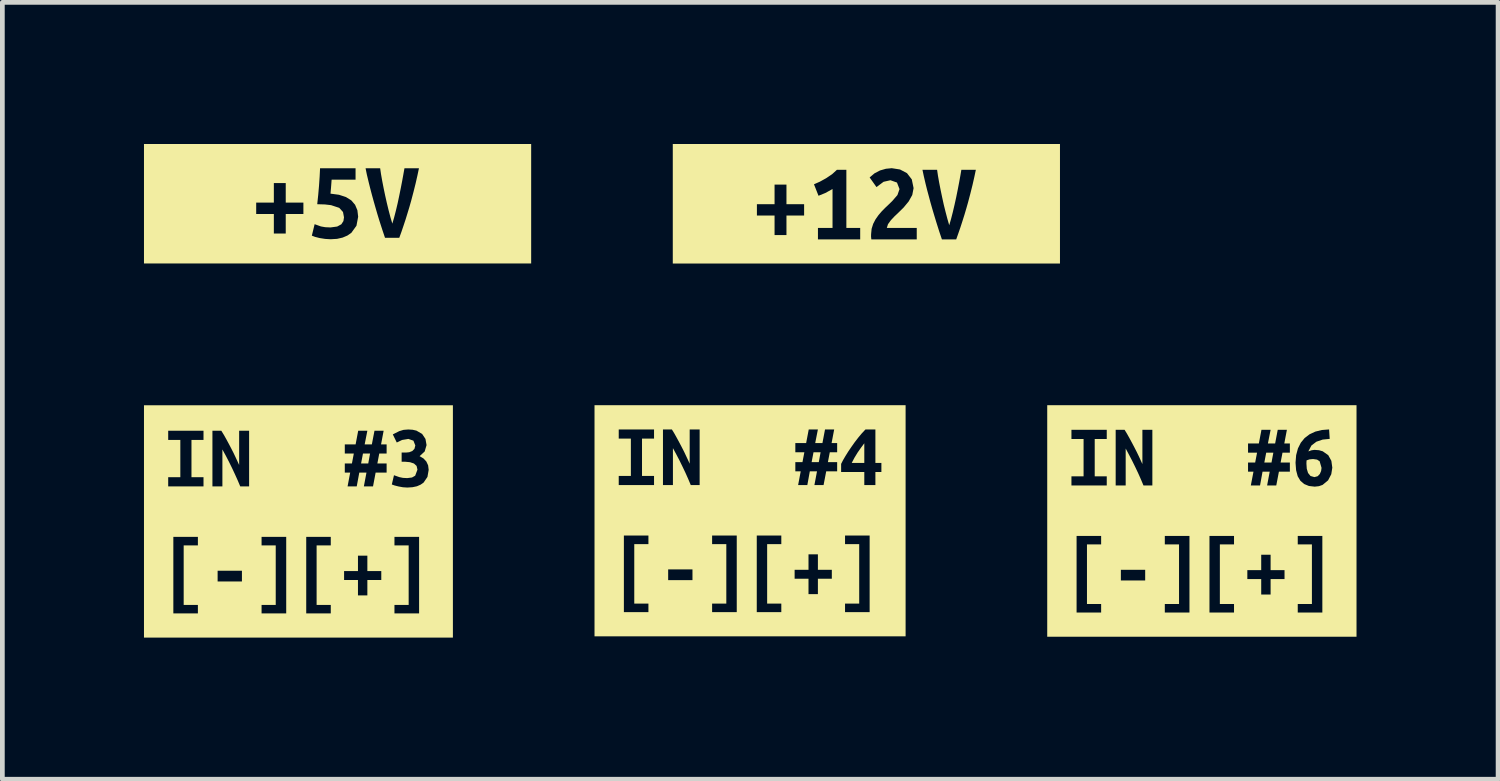
<source format=kicad_pcb>
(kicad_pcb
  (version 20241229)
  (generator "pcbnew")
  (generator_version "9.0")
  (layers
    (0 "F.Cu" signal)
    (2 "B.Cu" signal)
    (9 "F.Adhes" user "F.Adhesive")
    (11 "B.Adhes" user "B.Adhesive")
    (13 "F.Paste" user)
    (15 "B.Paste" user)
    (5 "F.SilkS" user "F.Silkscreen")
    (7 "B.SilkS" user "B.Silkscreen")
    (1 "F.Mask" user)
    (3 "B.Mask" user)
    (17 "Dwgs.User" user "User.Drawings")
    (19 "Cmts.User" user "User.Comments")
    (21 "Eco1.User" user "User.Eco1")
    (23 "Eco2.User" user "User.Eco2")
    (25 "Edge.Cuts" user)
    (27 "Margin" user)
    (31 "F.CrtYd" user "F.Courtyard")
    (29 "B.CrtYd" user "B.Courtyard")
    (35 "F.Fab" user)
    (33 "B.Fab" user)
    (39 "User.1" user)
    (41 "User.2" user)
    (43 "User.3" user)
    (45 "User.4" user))
  (footprint "label_12V"
    (layer "F.Cu")
    (at 15.303 1.267)
    (property "Reference" "label_12V" (at 0 -1.267 180) (layer "F.SilkS") (effects (font (size 0.001 0.001) (thickness 0.000003))))
    (attr exclude_from_pos_files exclude_from_bom)
    (fp_poly (pts (xy -3.588 -1.266) (xy -2.319 0.008) (xy -1.945 0.008) (xy -1.945 -0.406) (xy -1.693 -0.406) (xy -1.693 0.008) (xy -1.319 0.008) (xy -1.319 0.249) (xy -1.693 0.249) (xy -1.693 0.663) (xy -1.945 0.663) (xy -1.945 0.249) (xy -2.319 0.249) (xy -2.319 0.008) (xy -3.588 -1.266) (xy -4.101 -1.266) (xy -4.101 1.266) (xy -1.026 0.754) (xy -1.026 0.511) (xy -0.717 0.511) (xy -0.717 -0.313) (xy -0.869 -0.229) (xy -1.014 -0.17) (xy -1.11 -0.413) (xy -0.986 -0.468) (xy -0.852 -0.542) (xy -0.726 -0.627) (xy -0.624 -0.72) (xy -0.424 -0.72) (xy 0.069 -0.558) (xy 0.172 -0.645) (xy 0.289 -0.706) (xy 0.414 -0.742) (xy 0.538 -0.754) (xy 0.712 -0.727) (xy 0.86 -0.649) (xy 0.962 -0.517) (xy 1 -0.332) (xy 0.972 -0.186) (xy 0.895 -0.049) (xy 0.788 0.08) (xy 0.667 0.199) (xy 0.595 0.267) (xy 0.519 0.348) (xy 0.458 0.432) (xy 0.433 0.511) (xy 1.067 0.511) (xy 1.067 0.754) (xy 0.105 0.754) (xy 0.099 0.694) (xy 0.1 0.644) (xy 0.111 0.53) (xy 0.144 0.425) (xy 0.194 0.329) (xy 0.256 0.241) (xy 0.326 0.159) (xy 0.401 0.083) (xy 0.476 0.012) (xy 0.546 -0.056) (xy 0.658 -0.185) (xy 0.702 -0.311) (xy 0.648 -0.45) (xy 0.51 -0.499) (xy 0.364 -0.466) (xy 0.214 -0.354) (xy 0.069 -0.558) (xy -0.424 -0.72) (xy -0.424 0.511) (xy -0.131 0.511) (xy -0.131 0.754) (xy -1.026 0.754) (xy -4.101 1.266) (xy -3.588 1.266) (xy 1.6 0.754) (xy 1.541 0.579) (xy 1.479 0.382) (xy 1.437 0.244) (xy 1.396 0.106) (xy 1.357 -0.031) (xy 1.321 -0.166) (xy 1.286 -0.296) (xy 1.255 -0.42) (xy 1.216 -0.587) (xy 1.188 -0.72) (xy 1.498 -0.72) (xy 1.516 -0.597) (xy 1.541 -0.455) (xy 1.571 -0.301) (xy 1.604 -0.143) (xy 1.639 0.017) (xy 1.678 0.174) (xy 1.717 0.322) (xy 1.755 0.454) (xy 1.793 0.324) (xy 1.831 0.176) (xy 1.868 0.019) (xy 1.903 -0.14) (xy 1.935 -0.299) (xy 1.965 -0.454) (xy 1.991 -0.597) (xy 2.012 -0.72) (xy 2.319 -0.72) (xy 2.287 -0.569) (xy 2.249 -0.401) (xy 2.204 -0.221) (xy 2.154 -0.031) (xy 2.117 0.099) (xy 2.078 0.231) (xy 2.036 0.364) (xy 1.993 0.497) (xy 1.948 0.627) (xy 1.903 0.754) (xy 1.6 0.754) (xy -3.588 1.266) (xy 3.588 1.266) (xy 4.101 1.266) (xy 4.101 -1.266) (xy 3.588 -1.266) (xy -3.588 -1.266)) (stroke (width 0) (type solid)) (fill yes) (layer "F.SilkS")))
  (footprint "label_5V"
    (layer "F.Cu")
    (at 4.101 1.266)
    (property "Reference" "label_5V" (at 0 -1.266 180) (layer "F.SilkS") (effects (font (size 0.001 0.001) (thickness 0.000003))))
    (attr exclude_from_pos_files exclude_from_bom)
    (fp_poly (pts (xy -3.588 -1.265) (xy -1.724 -0.024) (xy -1.35 -0.024) (xy -1.35 -0.438) (xy -1.098 -0.438) (xy -1.098 -0.024) (xy -0.724 -0.024) (xy -0.724 0.217) (xy -1.098 0.217) (xy 0.136 0.288) (xy 0.115 0.175) (xy 0.035 0.087) (xy -0.138 0.03) (xy -0.267 0.015) (xy -0.431 0.01) (xy -0.41 -0.188) (xy -0.393 -0.382) (xy -0.38 -0.571) (xy -0.371 -0.752) (xy 0.381 -0.752) (xy 0.381 -0.51) (xy -0.126 -0.51) (xy -0.138 -0.35) (xy -0.15 -0.214) (xy 0.03 -0.19) (xy 0.177 -0.142) (xy 0.291 -0.071) (xy 0.371 0.022) (xy 0.42 0.138) (xy 0.436 0.276) (xy 0.4 0.466) (xy 0.291 0.617) (xy 0.208 0.674) (xy 0.107 0.717) (xy -0.011 0.744) (xy -0.148 0.752) (xy -0.264 0.745) (xy -0.379 0.727) (xy -0.477 0.702) (xy -0.545 0.676) (xy -0.486 0.433) (xy -0.352 0.481) (xy -0.261 0.497) (xy -0.15 0.502) (xy -0.008 0.483) (xy 0.08 0.435) (xy 0.124 0.367) (xy 0.136 0.288) (xy -1.098 0.217) (xy -1.098 0.631) (xy -1.35 0.631) (xy -1.35 0.217) (xy -1.724 0.217) (xy -1.724 -0.024) (xy -3.588 -1.265) (xy -4.101 -1.265) (xy -4.101 1.265) (xy 1.005 0.722) (xy 0.946 0.546) (xy 0.883 0.35) (xy 0.841 0.212) (xy 0.801 0.074) (xy 0.762 -0.063) (xy 0.725 -0.198) (xy 0.691 -0.328) (xy 0.66 -0.452) (xy 0.62 -0.619) (xy 0.593 -0.752) (xy 0.902 -0.752) (xy 0.92 -0.629) (xy 0.945 -0.487) (xy 0.975 -0.333) (xy 1.008 -0.175) (xy 1.044 -0.015) (xy 1.082 0.142) (xy 1.121 0.29) (xy 1.16 0.421) (xy 1.198 0.291) (xy 1.236 0.144) (xy 1.273 -0.013) (xy 1.307 -0.173) (xy 1.339 -0.331) (xy 1.369 -0.486) (xy 1.395 -0.629) (xy 1.417 -0.752) (xy 1.724 -0.752) (xy 1.692 -0.601) (xy 1.654 -0.433) (xy 1.609 -0.253) (xy 1.559 -0.063) (xy 1.522 0.067) (xy 1.482 0.199) (xy 1.441 0.332) (xy 1.397 0.465) (xy 1.353 0.595) (xy 1.307 0.722) (xy 1.005 0.722) (xy -4.101 1.265) (xy -3.588 1.265) (xy 3.588 1.265) (xy 4.101 1.265) (xy 4.101 -1.265) (xy 3.588 -1.265) (xy -3.588 -1.265)) (stroke (width 0) (type solid)) (fill yes) (layer "F.SilkS")))
  (footprint "label_IN3"
    (layer "F.Cu")
    (at 3.272 7.996)
    (property "Reference" "label_IN3" (at 0 -2.462 180) (layer "F.SilkS") (effects (font (size 0.001 0.001) (thickness 0.000003))))
    (attr exclude_from_pos_files exclude_from_bom)
    (fp_poly (pts (xy 1.327 -1.228) (xy 1.479 -1.228) (xy 1.517 -1.438) (xy 1.367 -1.438) (xy 1.327 -1.228)) (stroke (width 0) (type solid)) (fill yes) (layer "F.SilkS"))
    (fp_poly (pts (xy -2.759 -2.461) (xy -2.759 -1.922) (xy -2.011 -1.922) (xy -2.011 -1.727) (xy -2.266 -1.727) (xy -2.266 -0.937) (xy -2.011 -0.937) (xy -2.011 -0.743) (xy -2.759 -0.743) (xy -2.759 -0.937) (xy -2.502 -0.937) (xy -2.502 -1.727) (xy -2.759 -1.727) (xy -2.759 -1.922) (xy -2.759 -2.461) (xy -3.272 -2.461) (xy -2.65 0.327) (xy -2.13 0.327) (xy -2.13 0.507) (xy -2.431 0.507) (xy -2.431 1.768) (xy -2.13 1.768) (xy -2.13 1.948) (xy -2.65 1.948) (xy -2.65 0.327) (xy -3.272 -2.461) (xy -3.272 2.461) (xy -0.259 1.948) (xy -0.781 1.948) (xy -0.781 1.768) (xy -0.481 1.768) (xy -1.197 1.271) (xy -1.712 1.271) (xy -1.712 1.044) (xy -1.197 1.044) (xy -1.197 1.271) (xy -0.481 1.768) (xy -0.481 0.507) (xy -0.781 0.507) (xy -0.781 0.327) (xy -0.259 0.327) (xy -0.259 1.948) (xy -3.272 2.461) (xy -2.759 2.461) (xy 2.759 2.461) (xy 0.685 1.768) (xy 0.685 1.948) (xy 0.165 1.948) (xy 0.165 0.327) (xy 0.685 0.327) (xy 0.685 0.507) (xy 0.385 0.507) (xy 0.967 1.051) (xy 1.261 1.051) (xy 1.261 0.725) (xy 1.46 0.725) (xy 1.46 1.051) (xy 1.755 1.051) (xy 1.755 1.241) (xy 2.335 1.768) (xy 2.335 0.507) (xy 2.034 0.507) (xy 2.034 0.327) (xy 2.556 0.327) (xy 2.556 1.948) (xy 2.034 1.948) (xy 2.034 1.768) (xy 2.335 1.768) (xy 1.755 1.241) (xy 1.46 1.241) (xy 1.46 1.567) (xy 1.261 1.567) (xy 1.261 1.241) (xy 0.967 1.241) (xy 0.967 1.051) (xy 0.385 0.507) (xy 0.385 1.768) (xy 0.685 1.768) (xy 2.759 2.461) (xy 3.272 2.461) (xy 2.306 -0.718) (xy 2.214 -0.724) (xy 2.12 -0.741) (xy 2.037 -0.762) (xy 1.978 -0.783) (xy 2.024 -0.979) (xy 2.137 -0.939) (xy 2.214 -0.923) (xy 2.304 -0.918) (xy 2.406 -0.931) (xy 2.473 -0.969) (xy 2.521 -1.097) (xy 2.503 -1.176) (xy 2.447 -1.227) (xy 2.363 -1.255) (xy 2.258 -1.265) (xy 2.186 -1.265) (xy 2.186 -1.459) (xy 2.274 -1.459) (xy 2.346 -1.466) (xy 2.411 -1.491) (xy 2.457 -1.537) (xy 2.476 -1.609) (xy 2.436 -1.711) (xy 2.329 -1.748) (xy 2.196 -1.726) (xy 2.083 -1.672) (xy 1.999 -1.844) (xy 2.136 -1.913) (xy 2.226 -1.94) (xy 2.327 -1.948) (xy 2.42 -1.942) (xy 2.499 -1.924) (xy 2.62 -1.854) (xy 2.691 -1.748) (xy 2.714 -1.617) (xy 2.674 -1.482) (xy 2.567 -1.383) (xy 2.648 -1.335) (xy 2.709 -1.27) (xy 2.747 -1.189) (xy 2.759 -1.093) (xy 2.733 -0.943) (xy 2.651 -0.823) (xy 2.588 -0.779) (xy 2.51 -0.745) (xy 2.416 -0.725) (xy 2.306 -0.718) (xy 3.272 2.461) (xy 3.272 -2.461) (xy -1.045 -1.922) (xy -1.045 -0.743) (xy 0.982 -1.438) (xy 0.982 -1.632) (xy 1.211 -1.632) (xy 1.266 -1.922) (xy 1.46 -1.922) (xy 1.403 -1.632) (xy 1.555 -1.632) (xy 1.611 -1.922) (xy 1.805 -1.922) (xy 1.75 -1.632) (xy 1.868 -1.632) (xy 1.868 -1.438) (xy 1.712 -1.438) (xy 1.672 -1.228) (xy 1.868 -1.228) (xy 1.868 -1.034) (xy 1.635 -1.034) (xy 1.58 -0.743) (xy 1.386 -0.743) (xy 1.441 -1.034) (xy 1.289 -1.034) (xy 1.235 -0.743) (xy 1.041 -0.743) (xy 1.096 -1.034) (xy 0.982 -1.034) (xy 0.982 -1.228) (xy 1.133 -1.228) (xy 1.173 -1.438) (xy 0.982 -1.438) (xy -1.045 -0.743) (xy -1.233 -0.743) (xy -1.288 -0.873) (xy -1.347 -1.004) (xy -1.408 -1.134) (xy -1.472 -1.264) (xy -1.54 -1.395) (xy -1.611 -1.525) (xy -1.611 -0.743) (xy -1.822 -0.743) (xy -1.822 -1.922) (xy -1.634 -1.922) (xy -1.58 -1.834) (xy -1.527 -1.74) (xy -1.474 -1.642) (xy -1.423 -1.545) (xy -1.374 -1.449) (xy -1.33 -1.356) (xy -1.29 -1.27) (xy -1.256 -1.196) (xy -1.256 -1.922) (xy -1.045 -1.922) (xy 3.272 -2.461) (xy 2.759 -2.461) (xy -2.759 -2.461)) (stroke (width 0) (type solid)) (fill yes) (layer "F.SilkS")))
  (footprint "label_IN4"
    (layer "F.Cu")
    (at 12.839 7.982)
    (property "Reference" "label_IN4" (at 0 -2.448 180) (layer "F.SilkS") (effects (font (size 0.001 0.001) (thickness 0.000003))))
    (attr exclude_from_pos_files exclude_from_bom)
    (fp_poly (pts (xy 1.304 -1.242) (xy 1.456 -1.242) (xy 1.494 -1.451) (xy 1.344 -1.451) (xy 1.304 -1.242)) (stroke (width 0) (type solid)) (fill yes) (layer "F.SilkS"))
    (fp_poly (pts (xy 2.42 -1.642) (xy 2.35 -1.548) (xy 2.278 -1.445) (xy 2.211 -1.335) (xy 2.154 -1.226) (xy 2.42 -1.226) (xy 2.42 -1.642)) (stroke (width 0) (type solid)) (fill yes) (layer "F.SilkS"))
    (fp_poly (pts (xy -2.782 -2.448) (xy -2.782 -1.935) (xy -2.034 -1.935) (xy -2.034 -1.741) (xy -2.289 -1.741) (xy -2.289 -0.95) (xy -2.034 -0.95) (xy -2.034 -0.756) (xy -2.782 -0.756) (xy 0.142 0.313) (xy 0.662 0.313) (xy 0.662 0.494) (xy 0.362 0.494) (xy 0.944 1.038) (xy 1.238 1.038) (xy 1.238 0.711) (xy 1.437 0.711) (xy 1.437 1.038) (xy 1.732 1.038) (xy 1.732 1.227) (xy 1.437 1.227) (xy 1.437 1.554) (xy 1.238 1.554) (xy 1.238 1.227) (xy 0.944 1.227) (xy 0.944 1.038) (xy 0.362 0.494) (xy 0.362 1.755) (xy 0.662 1.755) (xy 0.662 1.935) (xy 0.142 1.935) (xy 0.142 0.313) (xy -2.782 -0.756) (xy -2.782 -0.95) (xy -2.525 -0.95) (xy -2.525 -1.741) (xy -2.782 -1.741) (xy -2.782 -1.935) (xy -2.782 -2.448) (xy -3.295 -2.448) (xy -2.673 0.313) (xy -2.153 0.313) (xy -2.153 0.494) (xy -2.453 0.494) (xy -2.453 1.755) (xy -2.153 1.755) (xy -2.153 1.935) (xy -2.673 1.935) (xy -2.673 0.313) (xy -3.295 -2.448) (xy -3.295 2.448) (xy -0.282 1.935) (xy -0.804 1.935) (xy -0.804 1.755) (xy -0.503 1.755) (xy -1.22 1.258) (xy -1.735 1.258) (xy -1.735 1.03) (xy -1.22 1.03) (xy -1.22 1.258) (xy -0.503 1.755) (xy -0.503 0.494) (xy -0.804 0.494) (xy -0.804 0.313) (xy -0.282 0.313) (xy -0.282 1.935) (xy -3.295 2.448) (xy -2.782 2.448) (xy 2.533 1.935) (xy 2.012 1.935) (xy 2.012 1.755) (xy 2.312 1.755) (xy 2.312 0.494) (xy 2.012 0.494) (xy 2.012 0.313) (xy 2.533 0.313) (xy 2.533 1.935) (xy -2.782 2.448) (xy 2.782 2.448) (xy 2.782 -1.034) (xy 2.655 -1.034) (xy 2.655 -0.756) (xy 2.42 -0.756) (xy 2.42 -1.034) (xy 1.929 -1.034) (xy 1.929 -1.205) (xy 1.97 -1.285) (xy 2.022 -1.374) (xy 2.082 -1.47) (xy 2.148 -1.567) (xy 2.218 -1.666) (xy 2.293 -1.763) (xy 2.369 -1.854) (xy 2.445 -1.935) (xy 2.655 -1.935) (xy 2.655 -1.226) (xy 2.782 -1.226) (xy 2.782 -1.034) (xy 2.782 2.448) (xy 3.295 2.448) (xy 3.295 -2.448) (xy -1.068 -1.935) (xy -1.068 -0.756) (xy 0.959 -1.451) (xy 0.959 -1.646) (xy 1.188 -1.646) (xy 1.243 -1.935) (xy 1.437 -1.935) (xy 1.38 -1.646) (xy 1.533 -1.646) (xy 1.588 -1.935) (xy 1.782 -1.935) (xy 1.727 -1.646) (xy 1.845 -1.646) (xy 1.845 -1.451) (xy 1.689 -1.451) (xy 1.649 -1.242) (xy 1.845 -1.242) (xy 1.845 -1.047) (xy 1.613 -1.047) (xy 1.557 -0.756) (xy 1.363 -0.756) (xy 1.418 -1.047) (xy 1.266 -1.047) (xy 1.213 -0.756) (xy 1.018 -0.756) (xy 1.073 -1.047) (xy 0.959 -1.047) (xy 0.959 -1.242) (xy 1.11 -1.242) (xy 1.15 -1.451) (xy 0.959 -1.451) (xy -1.068 -0.756) (xy -1.256 -0.756) (xy -1.311 -0.887) (xy -1.369 -1.017) (xy -1.431 -1.147) (xy -1.495 -1.278) (xy -1.563 -1.408) (xy -1.634 -1.539) (xy -1.634 -0.756) (xy -1.845 -0.756) (xy -1.845 -1.935) (xy -1.656 -1.935) (xy -1.603 -1.848) (xy -1.55 -1.753) (xy -1.497 -1.655) (xy -1.446 -1.558) (xy -1.397 -1.462) (xy -1.353 -1.369) (xy -1.313 -1.284) (xy -1.279 -1.209) (xy -1.279 -1.935) (xy -1.068 -1.935) (xy 3.295 -2.448) (xy 2.782 -2.448) (xy -2.782 -2.448)) (stroke (width 0) (type solid)) (fill yes) (layer "F.SilkS")))
  (footprint "label_IN6"
    (layer "F.Cu")
    (at 22.41 7.986)
    (property "Reference" "label_IN6" (at 0 -2.452 180) (layer "F.SilkS") (effects (font (size 0.001 0.001) (thickness 0.000003))))
    (attr exclude_from_pos_files exclude_from_bom)
    (fp_poly (pts (xy 1.323 -1.238) (xy 1.475 -1.238) (xy 1.514 -1.447) (xy 1.363 -1.447) (xy 1.323 -1.238)) (stroke (width 0) (type solid)) (fill yes) (layer "F.SilkS"))
    (fp_poly (pts (xy 2.356 -1.312) (xy 2.281 -1.305) (xy 2.218 -1.284) (xy 2.216 -1.249) (xy 2.215 -1.213) (xy 2.222 -1.107) (xy 2.249 -1.017) (xy 2.301 -0.953) (xy 2.384 -0.929) (xy 2.453 -0.948) (xy 2.499 -0.996) (xy 2.526 -1.059) (xy 2.535 -1.125) (xy 2.495 -1.264) (xy 2.44 -1.3) (xy 2.356 -1.312)) (stroke (width 0) (type solid)) (fill yes) (layer "F.SilkS"))
    (fp_poly (pts (xy -2.763 -2.452) (xy -2.763 -1.931) (xy -2.015 -1.931) (xy -2.015 -1.737) (xy -2.27 -1.737) (xy -2.27 -0.946) (xy -2.015 -0.946) (xy -2.015 -0.752) (xy -2.763 -0.752) (xy 0.161 0.317) (xy 0.681 0.317) (xy 0.681 0.497) (xy 0.381 0.497) (xy 0.963 1.042) (xy 1.257 1.042) (xy 1.257 0.715) (xy 1.456 0.715) (xy 1.456 1.042) (xy 1.751 1.042) (xy 1.751 1.231) (xy 1.456 1.231) (xy 1.456 1.558) (xy 1.257 1.558) (xy 1.257 1.231) (xy 0.963 1.231) (xy 0.963 1.042) (xy 0.381 0.497) (xy 0.381 1.759) (xy 0.681 1.759) (xy 0.681 1.939) (xy 0.161 1.939) (xy 0.161 0.317) (xy -2.763 -0.752) (xy -2.763 -0.946) (xy -2.506 -0.946) (xy -2.506 -1.737) (xy -2.763 -1.737) (xy -2.763 -1.931) (xy -2.763 -2.452) (xy -3.276 -2.452) (xy -2.654 0.317) (xy -2.134 0.317) (xy -2.134 0.497) (xy -2.434 0.497) (xy -2.434 1.759) (xy -2.134 1.759) (xy -2.134 1.939) (xy -2.654 1.939) (xy -2.654 0.317) (xy -3.276 -2.452) (xy -3.276 2.452) (xy -0.263 1.939) (xy -0.785 1.939) (xy -0.785 1.759) (xy -0.484 1.759) (xy -1.201 1.261) (xy -1.716 1.261) (xy -1.716 1.034) (xy -1.201 1.034) (xy -1.201 1.261) (xy -0.484 1.759) (xy -0.484 0.497) (xy -0.785 0.497) (xy -0.785 0.317) (xy -0.263 0.317) (xy -0.263 1.939) (xy -3.276 2.452) (xy -2.763 2.452) (xy 2.552 1.939) (xy 2.031 1.939) (xy 2.031 1.759) (xy 2.331 1.759) (xy 2.331 0.497) (xy 2.031 0.497) (xy 2.031 0.317) (xy 2.552 0.317) (xy 2.552 1.939) (xy -2.763 2.452) (xy 2.763 2.452) (xy 2.48 -0.737) (xy 2.39 -0.727) (xy 2.268 -0.741) (xy 2.168 -0.782) (xy 2.088 -0.85) (xy 2.03 -0.947) (xy 1.996 -1.075) (xy 1.984 -1.234) (xy 1.997 -1.395) (xy 2.035 -1.537) (xy 2.096 -1.658) (xy 2.178 -1.758) (xy 2.281 -1.836) (xy 2.403 -1.893) (xy 2.542 -1.927) (xy 2.695 -1.939) (xy 2.708 -1.739) (xy 2.559 -1.724) (xy 2.426 -1.679) (xy 2.32 -1.598) (xy 2.255 -1.474) (xy 2.325 -1.498) (xy 2.386 -1.506) (xy 2.481 -1.499) (xy 2.56 -1.476) (xy 2.677 -1.394) (xy 2.743 -1.274) (xy 2.763 -1.129) (xy 2.741 -0.99) (xy 2.674 -0.861) (xy 2.557 -0.764) (xy 2.48 -0.737) (xy 2.763 2.452) (xy 3.276 2.452) (xy 3.276 -2.452) (xy -1.049 -1.931) (xy -1.049 -0.752) (xy 0.978 -1.447) (xy 0.978 -1.642) (xy 1.207 -1.642) (xy 1.262 -1.931) (xy 1.456 -1.931) (xy 1.399 -1.642) (xy 1.552 -1.642) (xy 1.607 -1.931) (xy 1.801 -1.931) (xy 1.746 -1.642) (xy 1.864 -1.642) (xy 1.864 -1.447) (xy 1.708 -1.447) (xy 1.668 -1.238) (xy 1.864 -1.238) (xy 1.864 -1.044) (xy 1.632 -1.044) (xy 1.576 -0.752) (xy 1.382 -0.752) (xy 1.437 -1.044) (xy 1.285 -1.044) (xy 1.232 -0.752) (xy 1.037 -0.752) (xy 1.093 -1.044) (xy 0.978 -1.044) (xy 0.978 -1.238) (xy 1.129 -1.238) (xy 1.169 -1.447) (xy 0.978 -1.447) (xy -1.049 -0.752) (xy -1.237 -0.752) (xy -1.292 -0.883) (xy -1.35 -1.013) (xy -1.412 -1.144) (xy -1.476 -1.274) (xy -1.544 -1.404) (xy -1.614 -1.535) (xy -1.614 -0.752) (xy -1.826 -0.752) (xy -1.826 -1.931) (xy -1.637 -1.931) (xy -1.584 -1.844) (xy -1.531 -1.749) (xy -1.478 -1.651) (xy -1.427 -1.554) (xy -1.378 -1.458) (xy -1.333 -1.365) (xy -1.294 -1.28) (xy -1.26 -1.205) (xy -1.26 -1.931) (xy -1.049 -1.931) (xy 3.276 -2.452) (xy 2.763 -2.452) (xy -2.763 -2.452)) (stroke (width 0) (type solid)) (fill yes) (layer "F.SilkS")))
  (gr_rect
    (start -3 -3)
    (end 28.685 13.457)
    (stroke (width 0.1) (type default))
    (fill no)
    (layer "Edge.Cuts")))
</source>
